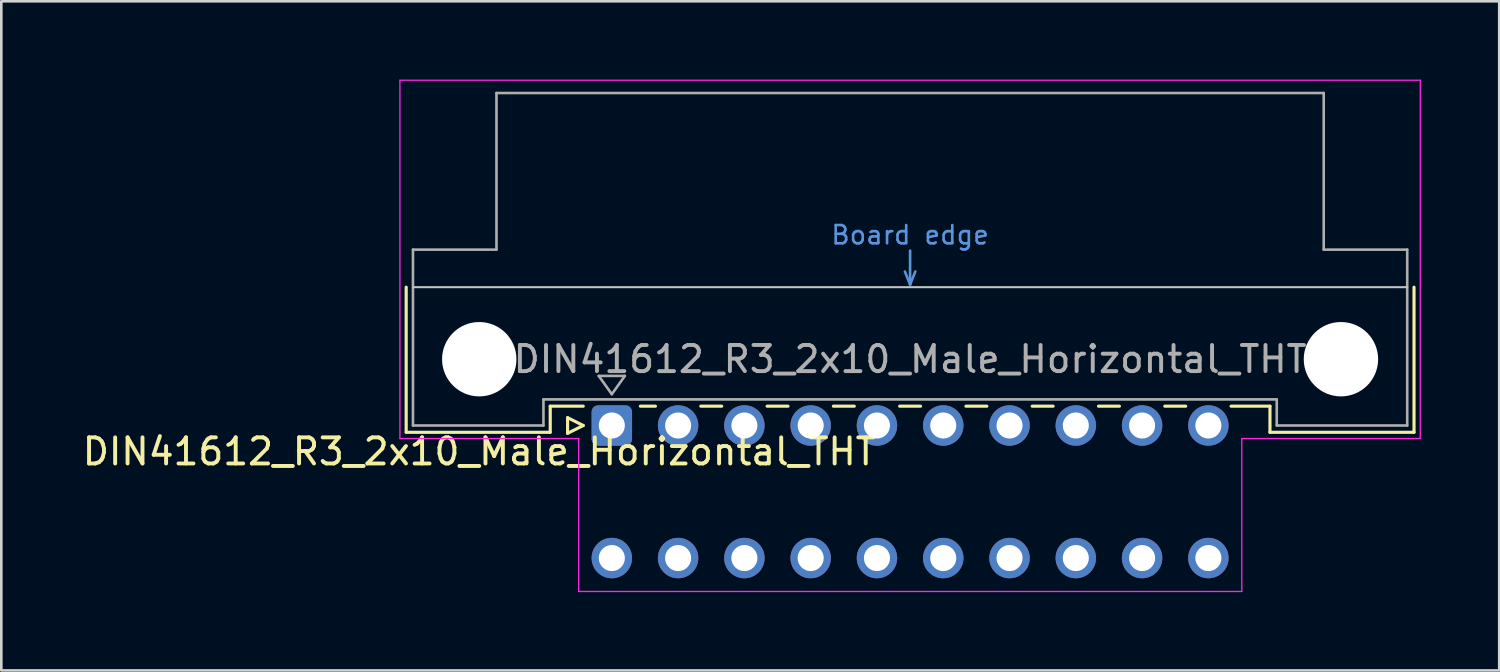
<source format=kicad_pcb>
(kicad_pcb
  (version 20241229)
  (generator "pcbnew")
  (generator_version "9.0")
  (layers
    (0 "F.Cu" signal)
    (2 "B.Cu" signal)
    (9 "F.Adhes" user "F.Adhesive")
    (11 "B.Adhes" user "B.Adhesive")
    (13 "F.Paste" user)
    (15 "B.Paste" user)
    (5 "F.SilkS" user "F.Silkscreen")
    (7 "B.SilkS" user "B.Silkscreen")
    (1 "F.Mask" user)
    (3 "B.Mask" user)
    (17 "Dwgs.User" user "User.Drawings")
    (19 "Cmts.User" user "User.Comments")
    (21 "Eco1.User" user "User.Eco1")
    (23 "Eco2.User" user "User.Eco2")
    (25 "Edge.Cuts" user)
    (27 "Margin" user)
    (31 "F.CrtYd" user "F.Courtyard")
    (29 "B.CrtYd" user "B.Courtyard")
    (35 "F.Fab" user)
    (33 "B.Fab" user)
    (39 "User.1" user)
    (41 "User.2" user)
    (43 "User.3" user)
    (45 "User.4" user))
  (footprint "DIN41612_R3_2x10_Male_Horizontal_THT"
    (layer "F.Cu")
    (at 20.395 13.255)
    (property "Reference" "DIN41612_R3_2x10_Male_Horizontal_THT" (at -5.08 1 0) (layer "F.SilkS") (effects (font (size 1 1) (thickness 0.15))))
    (attr through_hole)
    (fp_line (start -7.88 -5.3) (end -7.88 0.26) (stroke (width 0.12) (type solid)) (layer "F.SilkS"))
    (fp_line (start -7.88 0.26) (end -2.36 0.26) (stroke (width 0.12) (type solid)) (layer "F.SilkS"))
    (fp_line (start -2.361 -0.74) (end -1.095 -0.74) (stroke (width 0.12) (type solid)) (layer "F.SilkS"))
    (fp_line (start -2.36 0.26) (end -2.36 -0.74) (stroke (width 0.12) (type solid)) (layer "F.SilkS"))
    (fp_line (start -1.695 -0.3) (end -1.695 0.3) (stroke (width 0.12) (type solid)) (layer "F.SilkS"))
    (fp_line (start -1.695 0.3) (end -1.095 0) (stroke (width 0.12) (type solid)) (layer "F.SilkS"))
    (fp_line (start -1.095 0) (end -1.695 -0.3) (stroke (width 0.12) (type solid)) (layer "F.SilkS"))
    (fp_line (start 1.095 -0.74) (end 1.671 -0.74) (stroke (width 0.12) (type solid)) (layer "F.SilkS"))
    (fp_line (start 3.41 -0.74) (end 4.211 -0.74) (stroke (width 0.12) (type solid)) (layer "F.SilkS"))
    (fp_line (start 5.95 -0.74) (end 6.751 -0.74) (stroke (width 0.12) (type solid)) (layer "F.SilkS"))
    (fp_line (start 8.49 -0.74) (end 9.291 -0.74) (stroke (width 0.12) (type solid)) (layer "F.SilkS"))
    (fp_line (start 11.03 -0.74) (end 11.831 -0.74) (stroke (width 0.12) (type solid)) (layer "F.SilkS"))
    (fp_line (start 13.57 -0.74) (end 14.371 -0.74) (stroke (width 0.12) (type solid)) (layer "F.SilkS"))
    (fp_line (start 16.11 -0.74) (end 16.911 -0.74) (stroke (width 0.12) (type solid)) (layer "F.SilkS"))
    (fp_line (start 18.65 -0.74) (end 19.451 -0.74) (stroke (width 0.12) (type solid)) (layer "F.SilkS"))
    (fp_line (start 21.19 -0.74) (end 21.991 -0.74) (stroke (width 0.12) (type solid)) (layer "F.SilkS"))
    (fp_line (start 23.73 -0.74) (end 25.22 -0.74) (stroke (width 0.12) (type solid)) (layer "F.SilkS"))
    (fp_line (start 25.22 0.26) (end 25.22 -0.74) (stroke (width 0.12) (type solid)) (layer "F.SilkS"))
    (fp_line (start 30.74 -5.3) (end 30.74 0.26) (stroke (width 0.12) (type solid)) (layer "F.SilkS"))
    (fp_line (start 30.74 0.26) (end 25.22 0.26) (stroke (width 0.12) (type solid)) (layer "F.SilkS"))
    (fp_line (start -7.62 -5.3) (end 30.48 -5.3) (stroke (width 0.08) (type solid)) (layer "Dwgs.User"))
    (fp_line (start 11.23 -5.9) (end 11.43 -5.4) (stroke (width 0.1) (type solid)) (layer "Cmts.User"))
    (fp_line (start 11.43 -5.4) (end 11.43 -6.7) (stroke (width 0.1) (type solid)) (layer "Cmts.User"))
    (fp_line (start 11.43 -5.4) (end 11.63 -5.9) (stroke (width 0.1) (type solid)) (layer "Cmts.User"))
    (fp_line (start -8.12 -13.23) (end -8.12 0.5) (stroke (width 0.05) (type solid)) (layer "F.CrtYd"))
    (fp_line (start -8.12 0.5) (end -1.27 0.5) (stroke (width 0.05) (type solid)) (layer "F.CrtYd"))
    (fp_line (start -1.27 0.5) (end -1.27 6.36) (stroke (width 0.05) (type solid)) (layer "F.CrtYd"))
    (fp_line (start -1.27 6.36) (end 24.14 6.36) (stroke (width 0.05) (type solid)) (layer "F.CrtYd"))
    (fp_line (start 24.14 0.5) (end 30.98 0.5) (stroke (width 0.05) (type solid)) (layer "F.CrtYd"))
    (fp_line (start 24.14 6.36) (end 24.14 0.5) (stroke (width 0.05) (type solid)) (layer "F.CrtYd"))
    (fp_line (start 30.98 -13.23) (end -8.12 -13.23) (stroke (width 0.05) (type solid)) (layer "F.CrtYd"))
    (fp_line (start 30.98 0.5) (end 30.98 -13.23) (stroke (width 0.05) (type solid)) (layer "F.CrtYd"))
    (fp_line (start -7.62 -6.74) (end -7.62 0) (stroke (width 0.1) (type solid)) (layer "F.Fab"))
    (fp_line (start -7.62 0) (end -2.62 0) (stroke (width 0.1) (type solid)) (layer "F.Fab"))
    (fp_line (start -4.42 -12.74) (end -4.42 -6.74) (stroke (width 0.1) (type solid)) (layer "F.Fab"))
    (fp_line (start -4.42 -6.74) (end -7.62 -6.74) (stroke (width 0.1) (type solid)) (layer "F.Fab"))
    (fp_line (start -2.62 -1) (end 25.48 -1) (stroke (width 0.1) (type solid)) (layer "F.Fab"))
    (fp_line (start -2.62 0) (end -2.62 -1) (stroke (width 0.1) (type solid)) (layer "F.Fab"))
    (fp_line (start -0.5 -1.9) (end 0.5 -1.9) (stroke (width 0.1) (type solid)) (layer "F.Fab"))
    (fp_line (start 0 -1.2) (end -0.5 -1.9) (stroke (width 0.1) (type solid)) (layer "F.Fab"))
    (fp_line (start 0.5 -1.9) (end 0 -1.2) (stroke (width 0.1) (type solid)) (layer "F.Fab"))
    (fp_line (start 25.48 -1) (end 25.48 0) (stroke (width 0.1) (type solid)) (layer "F.Fab"))
    (fp_line (start 25.48 0) (end 30.48 0) (stroke (width 0.1) (type solid)) (layer "F.Fab"))
    (fp_line (start 27.28 -12.74) (end -4.42 -12.74) (stroke (width 0.1) (type solid)) (layer "F.Fab"))
    (fp_line (start 27.28 -6.74) (end 27.28 -12.74) (stroke (width 0.1) (type solid)) (layer "F.Fab"))
    (fp_line (start 30.48 -6.74) (end 27.28 -6.74) (stroke (width 0.1) (type solid)) (layer "F.Fab"))
    (fp_line (start 30.48 0) (end 30.48 -6.74) (stroke (width 0.1) (type solid)) (layer "F.Fab"))
    (fp_text user "Board edge" (at 11.43 -7.3 0) (layer "Cmts.User") (effects (font (size 0.7 0.7) (thickness 0.1))))
    (fp_text user "${REFERENCE}" (at 11.43 -2.54 0) (layer "F.Fab") (effects (font (size 1 1) (thickness 0.15))))
    (pad "" np_thru_hole circle (at -5.08 -2.54) (size 2.85 2.85) (drill 2.85) (layers "*.Cu" "*.Mask"))
    (pad "" np_thru_hole circle (at 27.94 -2.54) (size 2.85 2.85) (drill 2.85) (layers "*.Cu" "*.Mask"))
    (pad "a1" thru_hole roundrect (at 0 0) (size 1.55 1.55) (drill 1) (layers "*.Cu" "*.Mask") (roundrect_rratio 0.161))
    (pad "a2" thru_hole circle (at 2.54 0) (size 1.55 1.55) (drill 1) (layers "*.Cu" "*.Mask"))
    (pad "a3" thru_hole circle (at 5.08 0) (size 1.55 1.55) (drill 1) (layers "*.Cu" "*.Mask"))
    (pad "a4" thru_hole circle (at 7.62 0) (size 1.55 1.55) (drill 1) (layers "*.Cu" "*.Mask"))
    (pad "a5" thru_hole circle (at 10.16 0) (size 1.55 1.55) (drill 1) (layers "*.Cu" "*.Mask"))
    (pad "a6" thru_hole circle (at 12.7 0) (size 1.55 1.55) (drill 1) (layers "*.Cu" "*.Mask"))
    (pad "a7" thru_hole circle (at 15.24 0) (size 1.55 1.55) (drill 1) (layers "*.Cu" "*.Mask"))
    (pad "a8" thru_hole circle (at 17.78 0) (size 1.55 1.55) (drill 1) (layers "*.Cu" "*.Mask"))
    (pad "a9" thru_hole circle (at 20.32 0) (size 1.55 1.55) (drill 1) (layers "*.Cu" "*.Mask"))
    (pad "a10" thru_hole circle (at 22.86 0) (size 1.55 1.55) (drill 1) (layers "*.Cu" "*.Mask"))
    (pad "c1" thru_hole circle (at 0 5.08) (size 1.55 1.55) (drill 1) (layers "*.Cu" "*.Mask"))
    (pad "c2" thru_hole circle (at 2.54 5.08) (size 1.55 1.55) (drill 1) (layers "*.Cu" "*.Mask"))
    (pad "c3" thru_hole circle (at 5.08 5.08) (size 1.55 1.55) (drill 1) (layers "*.Cu" "*.Mask"))
    (pad "c4" thru_hole circle (at 7.62 5.08) (size 1.55 1.55) (drill 1) (layers "*.Cu" "*.Mask"))
    (pad "c5" thru_hole circle (at 10.16 5.08) (size 1.55 1.55) (drill 1) (layers "*.Cu" "*.Mask"))
    (pad "c6" thru_hole circle (at 12.7 5.08) (size 1.55 1.55) (drill 1) (layers "*.Cu" "*.Mask"))
    (pad "c7" thru_hole circle (at 15.24 5.08) (size 1.55 1.55) (drill 1) (layers "*.Cu" "*.Mask"))
    (pad "c8" thru_hole circle (at 17.78 5.08) (size 1.55 1.55) (drill 1) (layers "*.Cu" "*.Mask"))
    (pad "c9" thru_hole circle (at 20.32 5.08) (size 1.55 1.55) (drill 1) (layers "*.Cu" "*.Mask"))
    (pad "c10" thru_hole circle (at 22.86 5.08) (size 1.55 1.55) (drill 1) (layers "*.Cu" "*.Mask")))
  (gr_rect
    (start -3 -3)
    (end 54.4 22.64)
    (stroke (width 0.1) (type default))
    (fill no)
    (layer "Edge.Cuts")))
</source>
